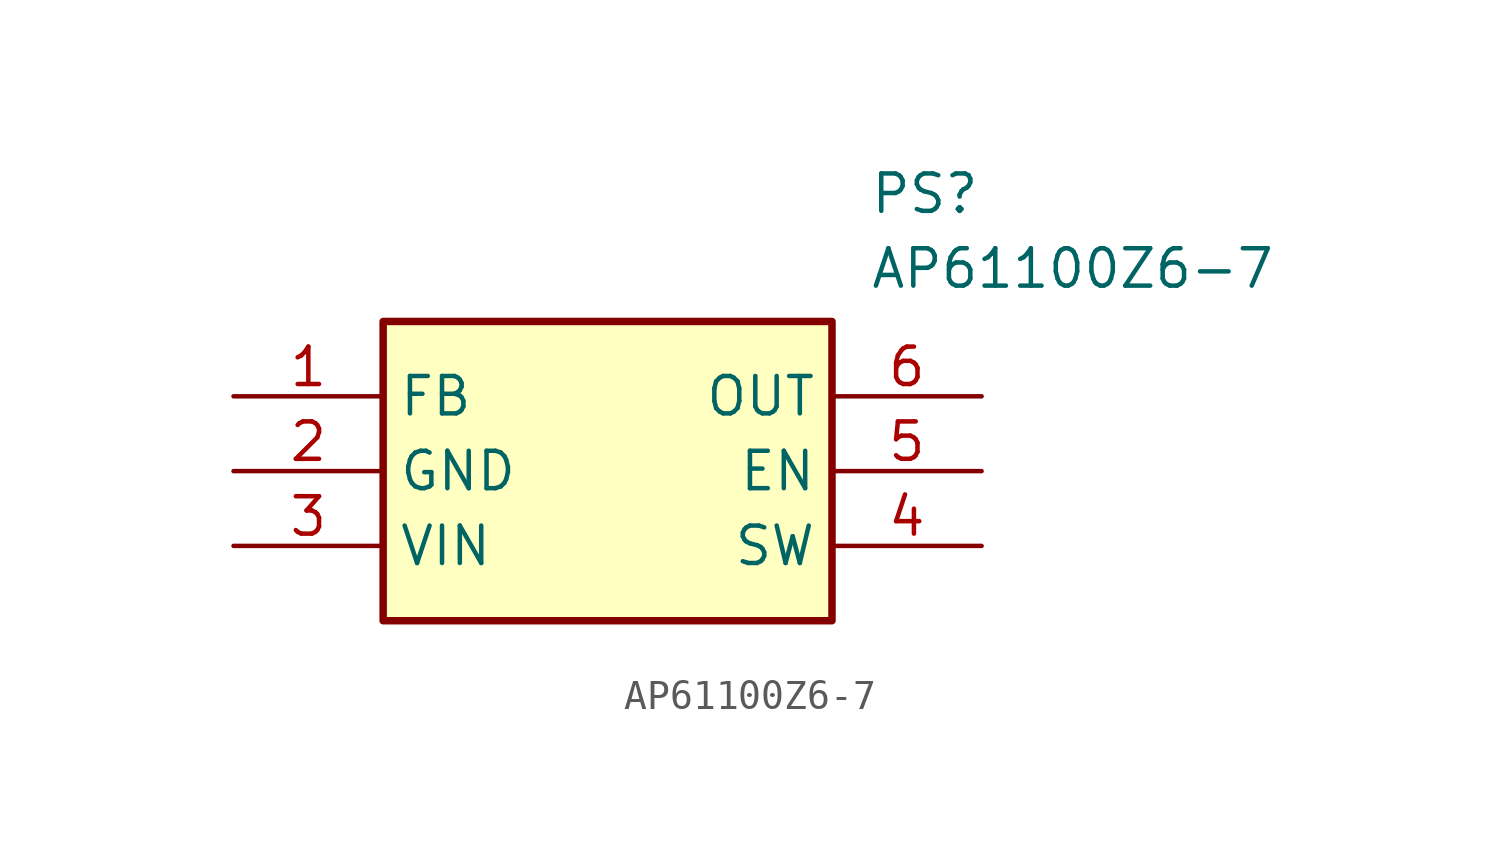
<source format=kicad_sym>
(kicad_symbol_lib
  (version 20211014)
  (generator SamacSys_ECAD_Model)
  (symbol "AP61100Z6-7"
    (property "Reference" "PS"
      (at 21.59 7.62 0)
      (effects (font (size 1.27 1.27)) (justify left top)))
    (property "Value" "AP61100Z6-7"
      (at 21.59 5.08 0)
      (effects (font (size 1.27 1.27)) (justify left top)))
    (rectangle
      (start 5.08 2.54)
      (end 20.32 -7.62)
      (stroke (width 0.254) (type default))
      (fill (type background)))
    (pin input line
      (at 0 0 0)
      (length 5.08)
      (name "FB" (effects (font (size 1.27 1.27))))
      (number "1" (effects (font (size 1.27 1.27)))))
    (pin power_in line
      (at 0 -2.54 0)
      (length 5.08)
      (name "GND" (effects (font (size 1.27 1.27))))
      (number "2" (effects (font (size 1.27 1.27)))))
    (pin power_in line
      (at 0 -5.08 0)
      (length 5.08)
      (name "VIN" (effects (font (size 1.27 1.27))))
      (number "3" (effects (font (size 1.27 1.27)))))
    (pin power_in line
      (at 25.4 0 180)
      (length 5.08)
      (name "OUT" (effects (font (size 1.27 1.27))))
      (number "6" (effects (font (size 1.27 1.27)))))
    (pin input line
      (at 25.4 -2.54 180)
      (length 5.08)
      (name "EN" (effects (font (size 1.27 1.27))))
      (number "5" (effects (font (size 1.27 1.27)))))
    (pin power_in line
      (at 25.4 -5.08 180)
      (length 5.08)
      (name "SW" (effects (font (size 1.27 1.27))))
      (number "4" (effects (font (size 1.27 1.27)))))))
</source>
